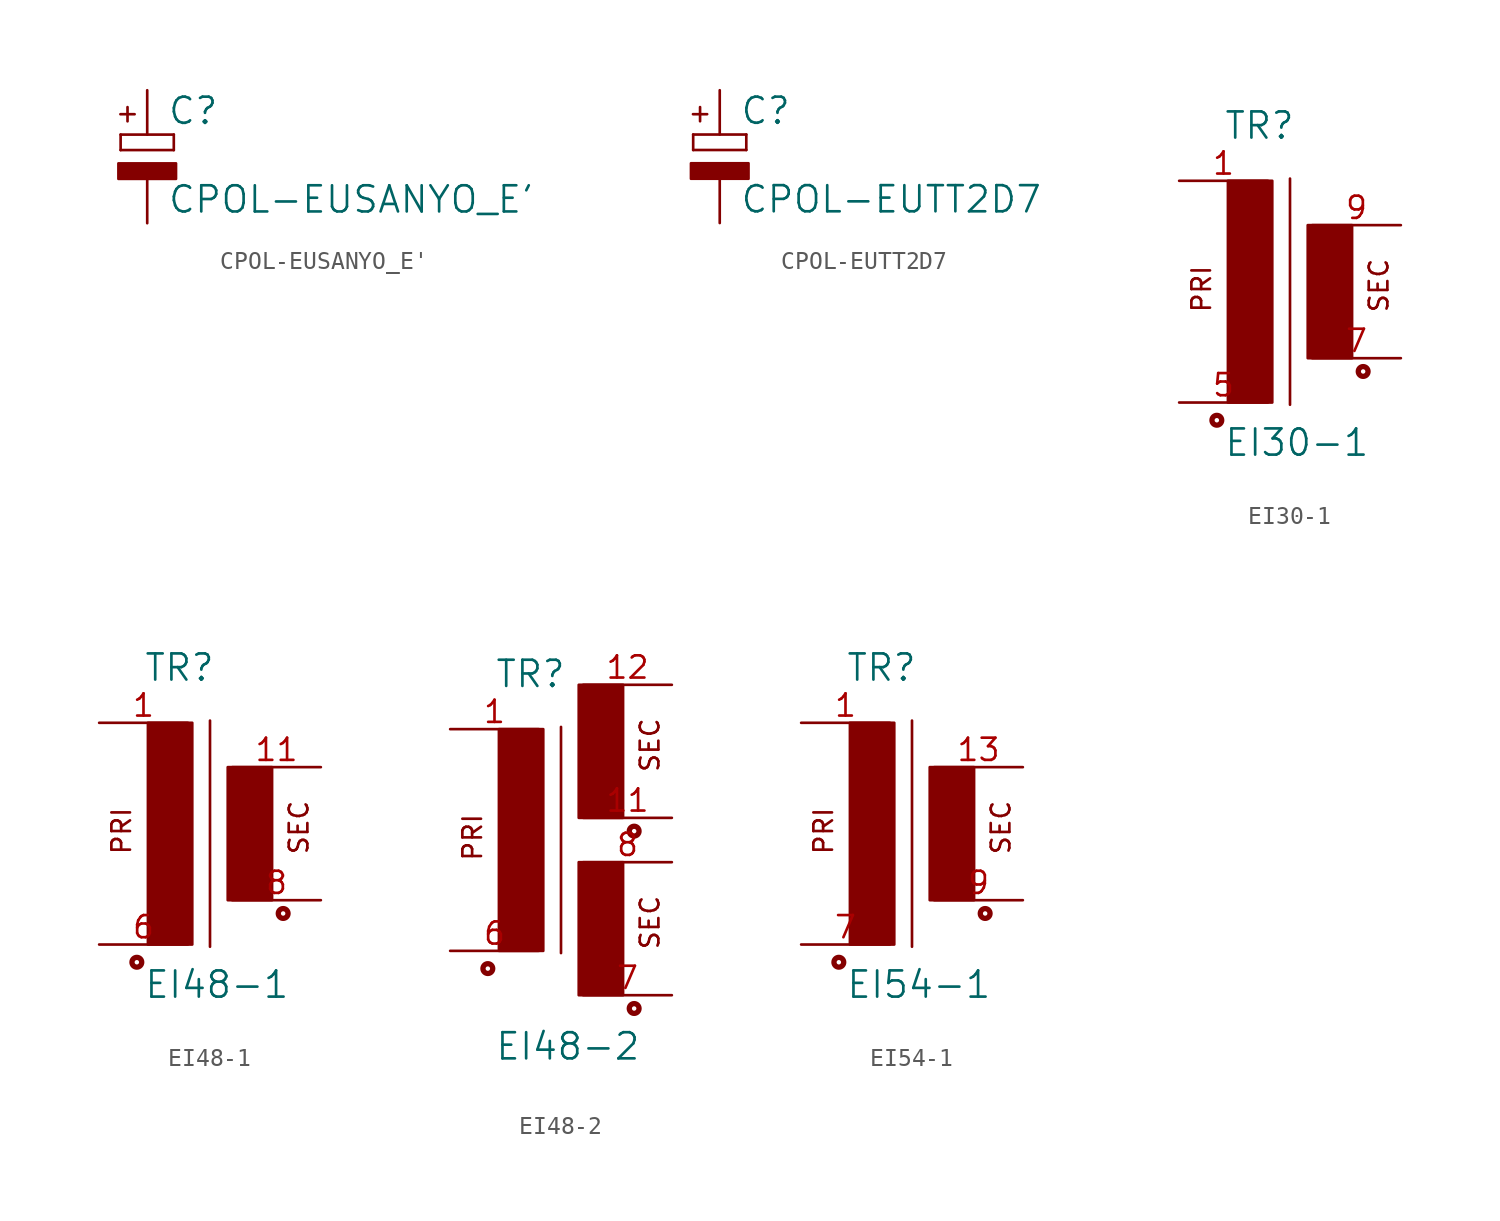
<source format=kicad_sym>
(kicad_symbol_lib
  (version 20211014)
  (generator kicad_symbol_editor)
  (symbol "CPOL-EUSANYO_E'"
    (pin_names
      (offset 1.016))
    (property "Reference" "C"
      (at 1.143 0.483 0)
      (effects (font (size 1.499 1.499)) (justify left bottom)))
    (property "Value" "CPOL-EUSANYO_E'"
      (at 1.143 -4.597 0)
      (effects (font (size 1.499 1.499)) (justify left bottom)))
    (property "ki_locked" ""
      (at 0 0 0)
      (effects (font (size 1.27 1.27))))
    (symbol "CPOL-EUSANYO_E'_1_0"
      (rectangle (start -1.651 -2.54) (end 1.651 -1.651) (stroke (width 0) (type default) (color 0 0 0 0)) (fill (type outline)))
      (polyline (pts (xy -1.524 -0.889) (xy 1.524 -0.889)) (stroke (width 0) (type default) (color 0 0 0 0)) (fill (type none)))
      (polyline (pts (xy -1.524 0) (xy -1.524 -0.889)) (stroke (width 0) (type default) (color 0 0 0 0)) (fill (type none)))
      (polyline (pts (xy -1.524 0) (xy 1.524 0)) (stroke (width 0) (type default) (color 0 0 0 0)) (fill (type none)))
      (polyline (pts (xy 1.524 -0.889) (xy 1.524 0)) (stroke (width 0) (type default) (color 0 0 0 0)) (fill (type none)))
      (text "+" (at -0.584 0.406 900) (effects (font (size 1.067 1.067)) (justify left bottom)))
      (pin passive line (at 0 2.54 270) (length 2.54) (name "+" (effects (font (size 0 0)))) (number "+" (effects (font (size 0 0)))))
      (pin passive line (at 0 -5.08 90) (length 2.54) (name "-" (effects (font (size 0 0)))) (number "-" (effects (font (size 0 0)))))))
  (symbol "CPOL-EUTT2D7"
    (pin_names
      (offset 1.016))
    (property "Reference" "C"
      (at 1.143 0.483 0)
      (effects (font (size 1.499 1.499)) (justify left bottom)))
    (property "Value" "CPOL-EUTT2D7"
      (at 1.143 -4.597 0)
      (effects (font (size 1.499 1.499)) (justify left bottom)))
    (property "ki_locked" ""
      (at 0 0 0)
      (effects (font (size 1.27 1.27))))
    (symbol "CPOL-EUTT2D7_1_0"
      (rectangle (start -1.651 -2.54) (end 1.651 -1.651) (stroke (width 0) (type default) (color 0 0 0 0)) (fill (type outline)))
      (polyline (pts (xy -1.524 -0.889) (xy 1.524 -0.889)) (stroke (width 0) (type default) (color 0 0 0 0)) (fill (type none)))
      (polyline (pts (xy -1.524 0) (xy -1.524 -0.889)) (stroke (width 0) (type default) (color 0 0 0 0)) (fill (type none)))
      (polyline (pts (xy -1.524 0) (xy 1.524 0)) (stroke (width 0) (type default) (color 0 0 0 0)) (fill (type none)))
      (polyline (pts (xy 1.524 -0.889) (xy 1.524 0)) (stroke (width 0) (type default) (color 0 0 0 0)) (fill (type none)))
      (text "+" (at -0.584 0.406 900) (effects (font (size 1.067 1.067)) (justify left bottom)))
      (pin passive line (at 0 2.54 270) (length 2.54) (name "+" (effects (font (size 0 0)))) (number "+" (effects (font (size 0 0)))))
      (pin passive line (at 0 -5.08 90) (length 2.54) (name "-" (effects (font (size 0 0)))) (number "-" (effects (font (size 0 0)))))))
  (symbol "EI30-1"
    (pin_names
      (offset 1.016))
    (property "Reference" "TR"
      (at -2.54 7.366 0)
      (effects (font (size 1.499 1.499)) (justify left bottom)))
    (property "Value" "EI30-1"
      (at -2.54 -10.795 0)
      (effects (font (size 1.499 1.499)) (justify left bottom)))
    (property "ki_locked" ""
      (at 0 0 0)
      (effects (font (size 1.27 1.27))))
    (symbol "EI30-1_1_0"
      (circle (center -2.921 -8.636) (radius 0.127) (stroke (width 0.305) (type default) (color 0 0 0 0)) (fill (type none)))
      (rectangle (start -2.286 -7.62) (end 0.254 5.08) (stroke (width 0) (type default) (color 0 0 0 0)) (fill (type outline)))
      (polyline (pts (xy 1.27 5.207) (xy 1.27 -7.747)) (stroke (width 0) (type default) (color 0 0 0 0)) (fill (type none)))
      (rectangle (start 2.286 -5.08) (end 4.826 2.54) (stroke (width 0) (type default) (color 0 0 0 0)) (fill (type outline)))
      (circle (center 5.461 -5.842) (radius 0.127) (stroke (width 0.305) (type default) (color 0 0 0 0)) (fill (type none)))
      (text "PRI" (at -3.175 -2.54 900) (effects (font (size 1.067 1.067)) (justify left bottom)))
      (text "SEC" (at 6.985 -2.54 900) (effects (font (size 1.067 1.067)) (justify left bottom)))
      (pin passive line (at -5.08 5.08 0) (length 5.08) (name "P1" (effects (font (size 0 0)))) (number "1" (effects (font (size 1.27 1.27)))))
      (pin passive line (at -5.08 -7.62 0) (length 5.08) (name "P2" (effects (font (size 0 0)))) (number "5" (effects (font (size 1.27 1.27)))))
      (pin passive line (at 7.62 -5.08 180) (length 5.08) (name "S3" (effects (font (size 0 0)))) (number "7" (effects (font (size 1.27 1.27)))))
      (pin passive line (at 7.62 2.54 180) (length 5.08) (name "S4" (effects (font (size 0 0)))) (number "9" (effects (font (size 1.27 1.27)))))))
  (symbol "EI48-1"
    (pin_names
      (offset 1.016))
    (property "Reference" "TR"
      (at -2.54 7.366 0)
      (effects (font (size 1.499 1.499)) (justify left bottom)))
    (property "Value" "EI48-1"
      (at -2.54 -10.795 0)
      (effects (font (size 1.499 1.499)) (justify left bottom)))
    (property "ki_locked" ""
      (at 0 0 0)
      (effects (font (size 1.27 1.27))))
    (symbol "EI48-1_1_0"
      (circle (center -2.921 -8.636) (radius 0.127) (stroke (width 0.305) (type default) (color 0 0 0 0)) (fill (type none)))
      (rectangle (start -2.286 -7.62) (end 0.254 5.08) (stroke (width 0) (type default) (color 0 0 0 0)) (fill (type outline)))
      (polyline (pts (xy 1.27 5.207) (xy 1.27 -7.747)) (stroke (width 0) (type default) (color 0 0 0 0)) (fill (type none)))
      (rectangle (start 2.286 -5.08) (end 4.826 2.54) (stroke (width 0) (type default) (color 0 0 0 0)) (fill (type outline)))
      (circle (center 5.461 -5.842) (radius 0.127) (stroke (width 0.305) (type default) (color 0 0 0 0)) (fill (type none)))
      (text "PRI" (at -3.175 -2.54 900) (effects (font (size 1.067 1.067)) (justify left bottom)))
      (text "SEC" (at 6.985 -2.54 900) (effects (font (size 1.067 1.067)) (justify left bottom)))
      (pin passive line (at -5.08 5.08 0) (length 5.08) (name "P1" (effects (font (size 0 0)))) (number "1" (effects (font (size 1.27 1.27)))))
      (pin passive line (at 7.62 2.54 180) (length 5.08) (name "S4" (effects (font (size 0 0)))) (number "11" (effects (font (size 1.27 1.27)))))
      (pin passive line (at -5.08 -7.62 0) (length 5.08) (name "P2" (effects (font (size 0 0)))) (number "6" (effects (font (size 1.27 1.27)))))
      (pin passive line (at 7.62 -5.08 180) (length 5.08) (name "S3" (effects (font (size 0 0)))) (number "8" (effects (font (size 1.27 1.27)))))))
  (symbol "EI48-2"
    (pin_names
      (offset 1.016))
    (property "Reference" "TR"
      (at -2.54 7.366 0)
      (effects (font (size 1.499 1.499)) (justify left bottom)))
    (property "Value" "EI48-2"
      (at -2.54 -13.97 0)
      (effects (font (size 1.499 1.499)) (justify left bottom)))
    (property "ki_locked" ""
      (at 0 0 0)
      (effects (font (size 1.27 1.27))))
    (symbol "EI48-2_1_0"
      (circle (center -2.921 -8.636) (radius 0.127) (stroke (width 0.305) (type default) (color 0 0 0 0)) (fill (type none)))
      (rectangle (start -2.286 -7.62) (end 0.254 5.08) (stroke (width 0) (type default) (color 0 0 0 0)) (fill (type outline)))
      (polyline (pts (xy 1.27 5.207) (xy 1.27 -7.747)) (stroke (width 0) (type default) (color 0 0 0 0)) (fill (type none)))
      (rectangle (start 2.286 -10.16) (end 4.826 -2.54) (stroke (width 0) (type default) (color 0 0 0 0)) (fill (type outline)))
      (circle (center 5.461 -10.922) (radius 0.127) (stroke (width 0.305) (type default) (color 0 0 0 0)) (fill (type none)))
      (text "PRI" (at -3.175 -2.54 900) (effects (font (size 1.067 1.067)) (justify left bottom)))
      (text "SEC" (at 6.985 -7.62 900) (effects (font (size 1.067 1.067)) (justify left bottom)))
      (pin passive line (at -5.08 5.08 0) (length 5.08) (name "P1" (effects (font (size 0 0)))) (number "1" (effects (font (size 1.27 1.27)))))
      (pin passive line (at -5.08 -7.62 0) (length 5.08) (name "P2" (effects (font (size 0 0)))) (number "6" (effects (font (size 1.27 1.27)))))
      (pin passive line (at 7.62 -10.16 180) (length 5.08) (name "S3" (effects (font (size 0 0)))) (number "7" (effects (font (size 1.27 1.27)))))
      (pin passive line (at 7.62 -2.54 180) (length 5.08) (name "S4" (effects (font (size 0 0)))) (number "8" (effects (font (size 1.27 1.27))))))
    (symbol "EI48-2_1_1"
      (rectangle (start 2.286 0) (end 4.826 7.62) (stroke (width 0) (type default) (color 0 0 0 0)) (fill (type outline)))
      (circle (center 5.461 -0.762) (radius 0.127) (stroke (width 0.305) (type default) (color 0 0 0 0)) (fill (type none)))
      (text "SEC" (at 6.985 2.54 900) (effects (font (size 1.067 1.067)) (justify left bottom)))
      (pin passive line (at 7.62 0 180) (length 5.08) (name "S5" (effects (font (size 0 0)))) (number "11" (effects (font (size 1.27 1.27)))))
      (pin passive line (at 7.62 7.62 180) (length 5.08) (name "S6" (effects (font (size 0 0)))) (number "12" (effects (font (size 1.27 1.27)))))))
  (symbol "EI54-1"
    (pin_names
      (offset 1.016))
    (property "Reference" "TR"
      (at -2.54 7.366 0)
      (effects (font (size 1.499 1.499)) (justify left bottom)))
    (property "Value" "EI54-1"
      (at -2.54 -10.795 0)
      (effects (font (size 1.499 1.499)) (justify left bottom)))
    (property "ki_locked" ""
      (at 0 0 0)
      (effects (font (size 1.27 1.27))))
    (symbol "EI54-1_1_0"
      (circle (center -2.921 -8.636) (radius 0.127) (stroke (width 0.305) (type default) (color 0 0 0 0)) (fill (type none)))
      (rectangle (start -2.286 -7.62) (end 0.254 5.08) (stroke (width 0) (type default) (color 0 0 0 0)) (fill (type outline)))
      (polyline (pts (xy 1.27 5.207) (xy 1.27 -7.747)) (stroke (width 0) (type default) (color 0 0 0 0)) (fill (type none)))
      (rectangle (start 2.286 -5.08) (end 4.826 2.54) (stroke (width 0) (type default) (color 0 0 0 0)) (fill (type outline)))
      (circle (center 5.461 -5.842) (radius 0.127) (stroke (width 0.305) (type default) (color 0 0 0 0)) (fill (type none)))
      (text "PRI" (at -3.175 -2.54 900) (effects (font (size 1.067 1.067)) (justify left bottom)))
      (text "SEC" (at 6.985 -2.54 900) (effects (font (size 1.067 1.067)) (justify left bottom)))
      (pin passive line (at -5.08 5.08 0) (length 5.08) (name "P1" (effects (font (size 0 0)))) (number "1" (effects (font (size 1.27 1.27)))))
      (pin passive line (at 7.62 2.54 180) (length 5.08) (name "S4" (effects (font (size 0 0)))) (number "13" (effects (font (size 1.27 1.27)))))
      (pin passive line (at -5.08 -7.62 0) (length 5.08) (name "P2" (effects (font (size 0 0)))) (number "7" (effects (font (size 1.27 1.27)))))
      (pin passive line (at 7.62 -5.08 180) (length 5.08) (name "S3" (effects (font (size 0 0)))) (number "9" (effects (font (size 1.27 1.27))))))))
</source>
